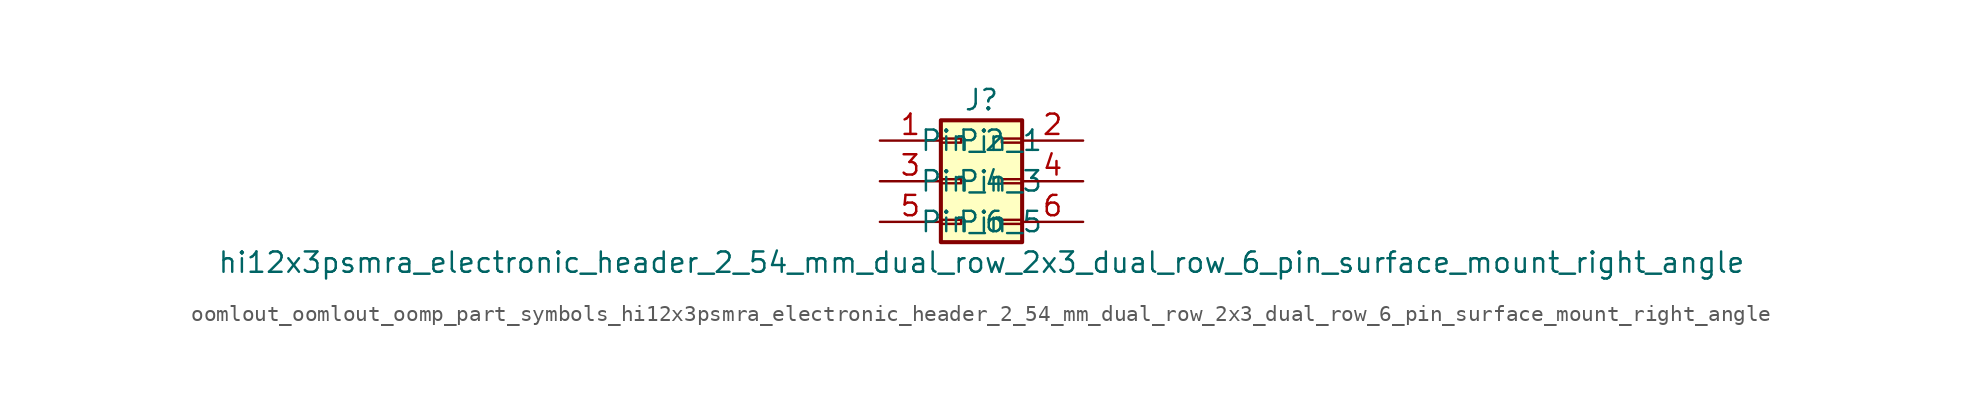
<source format=kicad_sym>
(kicad_symbol_lib
  (version 20220914)
  (generator kicad_symbol_editor)
  (symbol "oomlout_oomlout_oomp_part_symbols_hi12x3psmra_electronic_header_2_54_mm_dual_row_2x3_dual_row_6_pin_surface_mount_right_angle"
    (pin_names
      (offset 1.016))
    (property "Reference" "J"
      (at 1.27 5.08 0)
      (effects (font (size 1.27 1.27))))
    (property "Value" "hi12x3psmra_electronic_header_2_54_mm_dual_row_2x3_dual_row_6_pin_surface_mount_right_angle"
      (at 1.27 -5.08 0)
      (effects (font (size 1.27 1.27))))
    (symbol "oomlout_oomlout_oomp_part_symbols_hi12x3psmra_electronic_header_2_54_mm_dual_row_2x3_dual_row_6_pin_surface_mount_right_angle_1_1"
      (rectangle (start -1.27 -2.413) (end 0 -2.667) (stroke (width 0.152) (type default)) (fill (type none)))
      (rectangle (start -1.27 0.127) (end 0 -0.127) (stroke (width 0.152) (type default)) (fill (type none)))
      (rectangle (start -1.27 2.667) (end 0 2.413) (stroke (width 0.152) (type default)) (fill (type none)))
      (rectangle (start -1.27 3.81) (end 3.81 -3.81) (stroke (width 0.254) (type default)) (fill (type background)))
      (rectangle (start 3.81 -2.413) (end 2.54 -2.667) (stroke (width 0.152) (type default)) (fill (type none)))
      (rectangle (start 3.81 0.127) (end 2.54 -0.127) (stroke (width 0.152) (type default)) (fill (type none)))
      (rectangle (start 3.81 2.667) (end 2.54 2.413) (stroke (width 0.152) (type default)) (fill (type none)))
      (pin passive line (at -5.08 2.54 0) (length 3.81) (name "Pin_1" (effects (font (size 1.27 1.27)))) (number "1" (effects (font (size 1.27 1.27)))))
      (pin passive line (at 7.62 2.54 180) (length 3.81) (name "Pin_2" (effects (font (size 1.27 1.27)))) (number "2" (effects (font (size 1.27 1.27)))))
      (pin passive line (at -5.08 0 0) (length 3.81) (name "Pin_3" (effects (font (size 1.27 1.27)))) (number "3" (effects (font (size 1.27 1.27)))))
      (pin passive line (at 7.62 0 180) (length 3.81) (name "Pin_4" (effects (font (size 1.27 1.27)))) (number "4" (effects (font (size 1.27 1.27)))))
      (pin passive line (at -5.08 -2.54 0) (length 3.81) (name "Pin_5" (effects (font (size 1.27 1.27)))) (number "5" (effects (font (size 1.27 1.27)))))
      (pin passive line (at 7.62 -2.54 180) (length 3.81) (name "Pin_6" (effects (font (size 1.27 1.27)))) (number "6" (effects (font (size 1.27 1.27))))))))
</source>
